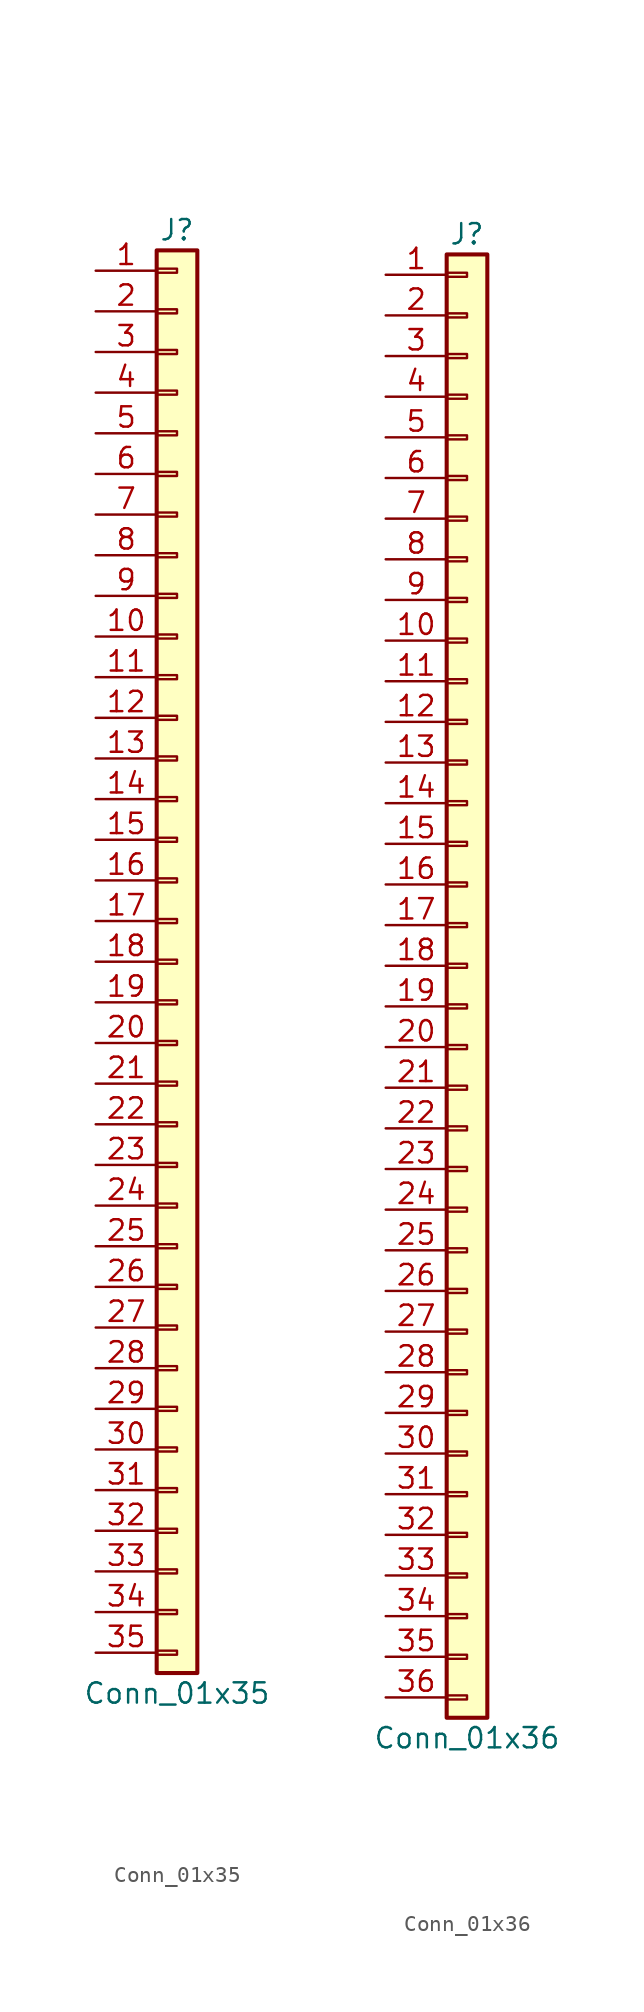
<source format=kicad_sym>
(kicad_symbol_lib
  (version 20220914)
  (generator kicad_symbol_editor)
  (symbol "Conn_01x35"
    (pin_names
      (offset 1.016) hide)
    (property "Reference" "J"
      (at 0 45.72 0)
      (effects (font (size 1.27 1.27))))
    (property "Value" "Conn_01x35"
      (at 0 -45.72 0)
      (effects (font (size 1.27 1.27))))
    (symbol "Conn_01x35_1_1"
      (rectangle (start -1.27 -43.053) (end 0 -43.307) (stroke (width 0.152) (type solid)) (fill (type none)))
      (rectangle (start -1.27 -40.513) (end 0 -40.767) (stroke (width 0.152) (type solid)) (fill (type none)))
      (rectangle (start -1.27 -37.973) (end 0 -38.227) (stroke (width 0.152) (type solid)) (fill (type none)))
      (rectangle (start -1.27 -35.433) (end 0 -35.687) (stroke (width 0.152) (type solid)) (fill (type none)))
      (rectangle (start -1.27 -32.893) (end 0 -33.147) (stroke (width 0.152) (type solid)) (fill (type none)))
      (rectangle (start -1.27 -30.353) (end 0 -30.607) (stroke (width 0.152) (type solid)) (fill (type none)))
      (rectangle (start -1.27 -27.813) (end 0 -28.067) (stroke (width 0.152) (type solid)) (fill (type none)))
      (rectangle (start -1.27 -25.273) (end 0 -25.527) (stroke (width 0.152) (type solid)) (fill (type none)))
      (rectangle (start -1.27 -22.733) (end 0 -22.987) (stroke (width 0.152) (type solid)) (fill (type none)))
      (rectangle (start -1.27 -20.193) (end 0 -20.447) (stroke (width 0.152) (type solid)) (fill (type none)))
      (rectangle (start -1.27 -17.653) (end 0 -17.907) (stroke (width 0.152) (type solid)) (fill (type none)))
      (rectangle (start -1.27 -15.113) (end 0 -15.367) (stroke (width 0.152) (type solid)) (fill (type none)))
      (rectangle (start -1.27 -12.573) (end 0 -12.827) (stroke (width 0.152) (type solid)) (fill (type none)))
      (rectangle (start -1.27 -10.033) (end 0 -10.287) (stroke (width 0.152) (type solid)) (fill (type none)))
      (rectangle (start -1.27 -7.493) (end 0 -7.747) (stroke (width 0.152) (type solid)) (fill (type none)))
      (rectangle (start -1.27 -4.953) (end 0 -5.207) (stroke (width 0.152) (type solid)) (fill (type none)))
      (rectangle (start -1.27 -2.413) (end 0 -2.667) (stroke (width 0.152) (type solid)) (fill (type none)))
      (rectangle (start -1.27 0.127) (end 0 -0.127) (stroke (width 0.152) (type solid)) (fill (type none)))
      (rectangle (start -1.27 2.667) (end 0 2.413) (stroke (width 0.152) (type solid)) (fill (type none)))
      (rectangle (start -1.27 5.207) (end 0 4.953) (stroke (width 0.152) (type solid)) (fill (type none)))
      (rectangle (start -1.27 7.747) (end 0 7.493) (stroke (width 0.152) (type solid)) (fill (type none)))
      (rectangle (start -1.27 10.287) (end 0 10.033) (stroke (width 0.152) (type solid)) (fill (type none)))
      (rectangle (start -1.27 12.827) (end 0 12.573) (stroke (width 0.152) (type solid)) (fill (type none)))
      (rectangle (start -1.27 15.367) (end 0 15.113) (stroke (width 0.152) (type solid)) (fill (type none)))
      (rectangle (start -1.27 17.907) (end 0 17.653) (stroke (width 0.152) (type solid)) (fill (type none)))
      (rectangle (start -1.27 20.447) (end 0 20.193) (stroke (width 0.152) (type solid)) (fill (type none)))
      (rectangle (start -1.27 22.987) (end 0 22.733) (stroke (width 0.152) (type solid)) (fill (type none)))
      (rectangle (start -1.27 25.527) (end 0 25.273) (stroke (width 0.152) (type solid)) (fill (type none)))
      (rectangle (start -1.27 28.067) (end 0 27.813) (stroke (width 0.152) (type solid)) (fill (type none)))
      (rectangle (start -1.27 30.607) (end 0 30.353) (stroke (width 0.152) (type solid)) (fill (type none)))
      (rectangle (start -1.27 33.147) (end 0 32.893) (stroke (width 0.152) (type solid)) (fill (type none)))
      (rectangle (start -1.27 35.687) (end 0 35.433) (stroke (width 0.152) (type solid)) (fill (type none)))
      (rectangle (start -1.27 38.227) (end 0 37.973) (stroke (width 0.152) (type solid)) (fill (type none)))
      (rectangle (start -1.27 40.767) (end 0 40.513) (stroke (width 0.152) (type solid)) (fill (type none)))
      (rectangle (start -1.27 43.307) (end 0 43.053) (stroke (width 0.152) (type solid)) (fill (type none)))
      (rectangle (start -1.27 44.45) (end 1.27 -44.45) (stroke (width 0.254) (type solid)) (fill (type background)))
      (pin passive line (at -5.08 43.18 0) (length 3.81) (name "Pin_1" (effects (font (size 1.27 1.27)))) (number "1" (effects (font (size 1.27 1.27)))))
      (pin passive line (at -5.08 20.32 0) (length 3.81) (name "Pin_10" (effects (font (size 1.27 1.27)))) (number "10" (effects (font (size 1.27 1.27)))))
      (pin passive line (at -5.08 17.78 0) (length 3.81) (name "Pin_11" (effects (font (size 1.27 1.27)))) (number "11" (effects (font (size 1.27 1.27)))))
      (pin passive line (at -5.08 15.24 0) (length 3.81) (name "Pin_12" (effects (font (size 1.27 1.27)))) (number "12" (effects (font (size 1.27 1.27)))))
      (pin passive line (at -5.08 12.7 0) (length 3.81) (name "Pin_13" (effects (font (size 1.27 1.27)))) (number "13" (effects (font (size 1.27 1.27)))))
      (pin passive line (at -5.08 10.16 0) (length 3.81) (name "Pin_14" (effects (font (size 1.27 1.27)))) (number "14" (effects (font (size 1.27 1.27)))))
      (pin passive line (at -5.08 7.62 0) (length 3.81) (name "Pin_15" (effects (font (size 1.27 1.27)))) (number "15" (effects (font (size 1.27 1.27)))))
      (pin passive line (at -5.08 5.08 0) (length 3.81) (name "Pin_16" (effects (font (size 1.27 1.27)))) (number "16" (effects (font (size 1.27 1.27)))))
      (pin passive line (at -5.08 2.54 0) (length 3.81) (name "Pin_17" (effects (font (size 1.27 1.27)))) (number "17" (effects (font (size 1.27 1.27)))))
      (pin passive line (at -5.08 0 0) (length 3.81) (name "Pin_18" (effects (font (size 1.27 1.27)))) (number "18" (effects (font (size 1.27 1.27)))))
      (pin passive line (at -5.08 -2.54 0) (length 3.81) (name "Pin_19" (effects (font (size 1.27 1.27)))) (number "19" (effects (font (size 1.27 1.27)))))
      (pin passive line (at -5.08 40.64 0) (length 3.81) (name "Pin_2" (effects (font (size 1.27 1.27)))) (number "2" (effects (font (size 1.27 1.27)))))
      (pin passive line (at -5.08 -5.08 0) (length 3.81) (name "Pin_20" (effects (font (size 1.27 1.27)))) (number "20" (effects (font (size 1.27 1.27)))))
      (pin passive line (at -5.08 -7.62 0) (length 3.81) (name "Pin_21" (effects (font (size 1.27 1.27)))) (number "21" (effects (font (size 1.27 1.27)))))
      (pin passive line (at -5.08 -10.16 0) (length 3.81) (name "Pin_22" (effects (font (size 1.27 1.27)))) (number "22" (effects (font (size 1.27 1.27)))))
      (pin passive line (at -5.08 -12.7 0) (length 3.81) (name "Pin_23" (effects (font (size 1.27 1.27)))) (number "23" (effects (font (size 1.27 1.27)))))
      (pin passive line (at -5.08 -15.24 0) (length 3.81) (name "Pin_24" (effects (font (size 1.27 1.27)))) (number "24" (effects (font (size 1.27 1.27)))))
      (pin passive line (at -5.08 -17.78 0) (length 3.81) (name "Pin_25" (effects (font (size 1.27 1.27)))) (number "25" (effects (font (size 1.27 1.27)))))
      (pin passive line (at -5.08 -20.32 0) (length 3.81) (name "Pin_26" (effects (font (size 1.27 1.27)))) (number "26" (effects (font (size 1.27 1.27)))))
      (pin passive line (at -5.08 -22.86 0) (length 3.81) (name "Pin_27" (effects (font (size 1.27 1.27)))) (number "27" (effects (font (size 1.27 1.27)))))
      (pin passive line (at -5.08 -25.4 0) (length 3.81) (name "Pin_28" (effects (font (size 1.27 1.27)))) (number "28" (effects (font (size 1.27 1.27)))))
      (pin passive line (at -5.08 -27.94 0) (length 3.81) (name "Pin_29" (effects (font (size 1.27 1.27)))) (number "29" (effects (font (size 1.27 1.27)))))
      (pin passive line (at -5.08 38.1 0) (length 3.81) (name "Pin_3" (effects (font (size 1.27 1.27)))) (number "3" (effects (font (size 1.27 1.27)))))
      (pin passive line (at -5.08 -30.48 0) (length 3.81) (name "Pin_30" (effects (font (size 1.27 1.27)))) (number "30" (effects (font (size 1.27 1.27)))))
      (pin passive line (at -5.08 -33.02 0) (length 3.81) (name "Pin_31" (effects (font (size 1.27 1.27)))) (number "31" (effects (font (size 1.27 1.27)))))
      (pin passive line (at -5.08 -35.56 0) (length 3.81) (name "Pin_32" (effects (font (size 1.27 1.27)))) (number "32" (effects (font (size 1.27 1.27)))))
      (pin passive line (at -5.08 -38.1 0) (length 3.81) (name "Pin_33" (effects (font (size 1.27 1.27)))) (number "33" (effects (font (size 1.27 1.27)))))
      (pin passive line (at -5.08 -40.64 0) (length 3.81) (name "Pin_34" (effects (font (size 1.27 1.27)))) (number "34" (effects (font (size 1.27 1.27)))))
      (pin passive line (at -5.08 -43.18 0) (length 3.81) (name "Pin_35" (effects (font (size 1.27 1.27)))) (number "35" (effects (font (size 1.27 1.27)))))
      (pin passive line (at -5.08 35.56 0) (length 3.81) (name "Pin_4" (effects (font (size 1.27 1.27)))) (number "4" (effects (font (size 1.27 1.27)))))
      (pin passive line (at -5.08 33.02 0) (length 3.81) (name "Pin_5" (effects (font (size 1.27 1.27)))) (number "5" (effects (font (size 1.27 1.27)))))
      (pin passive line (at -5.08 30.48 0) (length 3.81) (name "Pin_6" (effects (font (size 1.27 1.27)))) (number "6" (effects (font (size 1.27 1.27)))))
      (pin passive line (at -5.08 27.94 0) (length 3.81) (name "Pin_7" (effects (font (size 1.27 1.27)))) (number "7" (effects (font (size 1.27 1.27)))))
      (pin passive line (at -5.08 25.4 0) (length 3.81) (name "Pin_8" (effects (font (size 1.27 1.27)))) (number "8" (effects (font (size 1.27 1.27)))))
      (pin passive line (at -5.08 22.86 0) (length 3.81) (name "Pin_9" (effects (font (size 1.27 1.27)))) (number "9" (effects (font (size 1.27 1.27)))))))
  (symbol "Conn_01x36"
    (pin_names
      (offset 1.016) hide)
    (property "Reference" "J"
      (at 0 45.72 0)
      (effects (font (size 1.27 1.27))))
    (property "Value" "Conn_01x36"
      (at 0 -48.26 0)
      (effects (font (size 1.27 1.27))))
    (symbol "Conn_01x36_1_1"
      (rectangle (start -1.27 -45.593) (end 0 -45.847) (stroke (width 0.152) (type solid)) (fill (type none)))
      (rectangle (start -1.27 -43.053) (end 0 -43.307) (stroke (width 0.152) (type solid)) (fill (type none)))
      (rectangle (start -1.27 -40.513) (end 0 -40.767) (stroke (width 0.152) (type solid)) (fill (type none)))
      (rectangle (start -1.27 -37.973) (end 0 -38.227) (stroke (width 0.152) (type solid)) (fill (type none)))
      (rectangle (start -1.27 -35.433) (end 0 -35.687) (stroke (width 0.152) (type solid)) (fill (type none)))
      (rectangle (start -1.27 -32.893) (end 0 -33.147) (stroke (width 0.152) (type solid)) (fill (type none)))
      (rectangle (start -1.27 -30.353) (end 0 -30.607) (stroke (width 0.152) (type solid)) (fill (type none)))
      (rectangle (start -1.27 -27.813) (end 0 -28.067) (stroke (width 0.152) (type solid)) (fill (type none)))
      (rectangle (start -1.27 -25.273) (end 0 -25.527) (stroke (width 0.152) (type solid)) (fill (type none)))
      (rectangle (start -1.27 -22.733) (end 0 -22.987) (stroke (width 0.152) (type solid)) (fill (type none)))
      (rectangle (start -1.27 -20.193) (end 0 -20.447) (stroke (width 0.152) (type solid)) (fill (type none)))
      (rectangle (start -1.27 -17.653) (end 0 -17.907) (stroke (width 0.152) (type solid)) (fill (type none)))
      (rectangle (start -1.27 -15.113) (end 0 -15.367) (stroke (width 0.152) (type solid)) (fill (type none)))
      (rectangle (start -1.27 -12.573) (end 0 -12.827) (stroke (width 0.152) (type solid)) (fill (type none)))
      (rectangle (start -1.27 -10.033) (end 0 -10.287) (stroke (width 0.152) (type solid)) (fill (type none)))
      (rectangle (start -1.27 -7.493) (end 0 -7.747) (stroke (width 0.152) (type solid)) (fill (type none)))
      (rectangle (start -1.27 -4.953) (end 0 -5.207) (stroke (width 0.152) (type solid)) (fill (type none)))
      (rectangle (start -1.27 -2.413) (end 0 -2.667) (stroke (width 0.152) (type solid)) (fill (type none)))
      (rectangle (start -1.27 0.127) (end 0 -0.127) (stroke (width 0.152) (type solid)) (fill (type none)))
      (rectangle (start -1.27 2.667) (end 0 2.413) (stroke (width 0.152) (type solid)) (fill (type none)))
      (rectangle (start -1.27 5.207) (end 0 4.953) (stroke (width 0.152) (type solid)) (fill (type none)))
      (rectangle (start -1.27 7.747) (end 0 7.493) (stroke (width 0.152) (type solid)) (fill (type none)))
      (rectangle (start -1.27 10.287) (end 0 10.033) (stroke (width 0.152) (type solid)) (fill (type none)))
      (rectangle (start -1.27 12.827) (end 0 12.573) (stroke (width 0.152) (type solid)) (fill (type none)))
      (rectangle (start -1.27 15.367) (end 0 15.113) (stroke (width 0.152) (type solid)) (fill (type none)))
      (rectangle (start -1.27 17.907) (end 0 17.653) (stroke (width 0.152) (type solid)) (fill (type none)))
      (rectangle (start -1.27 20.447) (end 0 20.193) (stroke (width 0.152) (type solid)) (fill (type none)))
      (rectangle (start -1.27 22.987) (end 0 22.733) (stroke (width 0.152) (type solid)) (fill (type none)))
      (rectangle (start -1.27 25.527) (end 0 25.273) (stroke (width 0.152) (type solid)) (fill (type none)))
      (rectangle (start -1.27 28.067) (end 0 27.813) (stroke (width 0.152) (type solid)) (fill (type none)))
      (rectangle (start -1.27 30.607) (end 0 30.353) (stroke (width 0.152) (type solid)) (fill (type none)))
      (rectangle (start -1.27 33.147) (end 0 32.893) (stroke (width 0.152) (type solid)) (fill (type none)))
      (rectangle (start -1.27 35.687) (end 0 35.433) (stroke (width 0.152) (type solid)) (fill (type none)))
      (rectangle (start -1.27 38.227) (end 0 37.973) (stroke (width 0.152) (type solid)) (fill (type none)))
      (rectangle (start -1.27 40.767) (end 0 40.513) (stroke (width 0.152) (type solid)) (fill (type none)))
      (rectangle (start -1.27 43.307) (end 0 43.053) (stroke (width 0.152) (type solid)) (fill (type none)))
      (rectangle (start -1.27 44.45) (end 1.27 -46.99) (stroke (width 0.254) (type solid)) (fill (type background)))
      (pin passive line (at -5.08 43.18 0) (length 3.81) (name "Pin_1" (effects (font (size 1.27 1.27)))) (number "1" (effects (font (size 1.27 1.27)))))
      (pin passive line (at -5.08 20.32 0) (length 3.81) (name "Pin_10" (effects (font (size 1.27 1.27)))) (number "10" (effects (font (size 1.27 1.27)))))
      (pin passive line (at -5.08 17.78 0) (length 3.81) (name "Pin_11" (effects (font (size 1.27 1.27)))) (number "11" (effects (font (size 1.27 1.27)))))
      (pin passive line (at -5.08 15.24 0) (length 3.81) (name "Pin_12" (effects (font (size 1.27 1.27)))) (number "12" (effects (font (size 1.27 1.27)))))
      (pin passive line (at -5.08 12.7 0) (length 3.81) (name "Pin_13" (effects (font (size 1.27 1.27)))) (number "13" (effects (font (size 1.27 1.27)))))
      (pin passive line (at -5.08 10.16 0) (length 3.81) (name "Pin_14" (effects (font (size 1.27 1.27)))) (number "14" (effects (font (size 1.27 1.27)))))
      (pin passive line (at -5.08 7.62 0) (length 3.81) (name "Pin_15" (effects (font (size 1.27 1.27)))) (number "15" (effects (font (size 1.27 1.27)))))
      (pin passive line (at -5.08 5.08 0) (length 3.81) (name "Pin_16" (effects (font (size 1.27 1.27)))) (number "16" (effects (font (size 1.27 1.27)))))
      (pin passive line (at -5.08 2.54 0) (length 3.81) (name "Pin_17" (effects (font (size 1.27 1.27)))) (number "17" (effects (font (size 1.27 1.27)))))
      (pin passive line (at -5.08 0 0) (length 3.81) (name "Pin_18" (effects (font (size 1.27 1.27)))) (number "18" (effects (font (size 1.27 1.27)))))
      (pin passive line (at -5.08 -2.54 0) (length 3.81) (name "Pin_19" (effects (font (size 1.27 1.27)))) (number "19" (effects (font (size 1.27 1.27)))))
      (pin passive line (at -5.08 40.64 0) (length 3.81) (name "Pin_2" (effects (font (size 1.27 1.27)))) (number "2" (effects (font (size 1.27 1.27)))))
      (pin passive line (at -5.08 -5.08 0) (length 3.81) (name "Pin_20" (effects (font (size 1.27 1.27)))) (number "20" (effects (font (size 1.27 1.27)))))
      (pin passive line (at -5.08 -7.62 0) (length 3.81) (name "Pin_21" (effects (font (size 1.27 1.27)))) (number "21" (effects (font (size 1.27 1.27)))))
      (pin passive line (at -5.08 -10.16 0) (length 3.81) (name "Pin_22" (effects (font (size 1.27 1.27)))) (number "22" (effects (font (size 1.27 1.27)))))
      (pin passive line (at -5.08 -12.7 0) (length 3.81) (name "Pin_23" (effects (font (size 1.27 1.27)))) (number "23" (effects (font (size 1.27 1.27)))))
      (pin passive line (at -5.08 -15.24 0) (length 3.81) (name "Pin_24" (effects (font (size 1.27 1.27)))) (number "24" (effects (font (size 1.27 1.27)))))
      (pin passive line (at -5.08 -17.78 0) (length 3.81) (name "Pin_25" (effects (font (size 1.27 1.27)))) (number "25" (effects (font (size 1.27 1.27)))))
      (pin passive line (at -5.08 -20.32 0) (length 3.81) (name "Pin_26" (effects (font (size 1.27 1.27)))) (number "26" (effects (font (size 1.27 1.27)))))
      (pin passive line (at -5.08 -22.86 0) (length 3.81) (name "Pin_27" (effects (font (size 1.27 1.27)))) (number "27" (effects (font (size 1.27 1.27)))))
      (pin passive line (at -5.08 -25.4 0) (length 3.81) (name "Pin_28" (effects (font (size 1.27 1.27)))) (number "28" (effects (font (size 1.27 1.27)))))
      (pin passive line (at -5.08 -27.94 0) (length 3.81) (name "Pin_29" (effects (font (size 1.27 1.27)))) (number "29" (effects (font (size 1.27 1.27)))))
      (pin passive line (at -5.08 38.1 0) (length 3.81) (name "Pin_3" (effects (font (size 1.27 1.27)))) (number "3" (effects (font (size 1.27 1.27)))))
      (pin passive line (at -5.08 -30.48 0) (length 3.81) (name "Pin_30" (effects (font (size 1.27 1.27)))) (number "30" (effects (font (size 1.27 1.27)))))
      (pin passive line (at -5.08 -33.02 0) (length 3.81) (name "Pin_31" (effects (font (size 1.27 1.27)))) (number "31" (effects (font (size 1.27 1.27)))))
      (pin passive line (at -5.08 -35.56 0) (length 3.81) (name "Pin_32" (effects (font (size 1.27 1.27)))) (number "32" (effects (font (size 1.27 1.27)))))
      (pin passive line (at -5.08 -38.1 0) (length 3.81) (name "Pin_33" (effects (font (size 1.27 1.27)))) (number "33" (effects (font (size 1.27 1.27)))))
      (pin passive line (at -5.08 -40.64 0) (length 3.81) (name "Pin_34" (effects (font (size 1.27 1.27)))) (number "34" (effects (font (size 1.27 1.27)))))
      (pin passive line (at -5.08 -43.18 0) (length 3.81) (name "Pin_35" (effects (font (size 1.27 1.27)))) (number "35" (effects (font (size 1.27 1.27)))))
      (pin passive line (at -5.08 -45.72 0) (length 3.81) (name "Pin_36" (effects (font (size 1.27 1.27)))) (number "36" (effects (font (size 1.27 1.27)))))
      (pin passive line (at -5.08 35.56 0) (length 3.81) (name "Pin_4" (effects (font (size 1.27 1.27)))) (number "4" (effects (font (size 1.27 1.27)))))
      (pin passive line (at -5.08 33.02 0) (length 3.81) (name "Pin_5" (effects (font (size 1.27 1.27)))) (number "5" (effects (font (size 1.27 1.27)))))
      (pin passive line (at -5.08 30.48 0) (length 3.81) (name "Pin_6" (effects (font (size 1.27 1.27)))) (number "6" (effects (font (size 1.27 1.27)))))
      (pin passive line (at -5.08 27.94 0) (length 3.81) (name "Pin_7" (effects (font (size 1.27 1.27)))) (number "7" (effects (font (size 1.27 1.27)))))
      (pin passive line (at -5.08 25.4 0) (length 3.81) (name "Pin_8" (effects (font (size 1.27 1.27)))) (number "8" (effects (font (size 1.27 1.27)))))
      (pin passive line (at -5.08 22.86 0) (length 3.81) (name "Pin_9" (effects (font (size 1.27 1.27)))) (number "9" (effects (font (size 1.27 1.27))))))))
</source>
